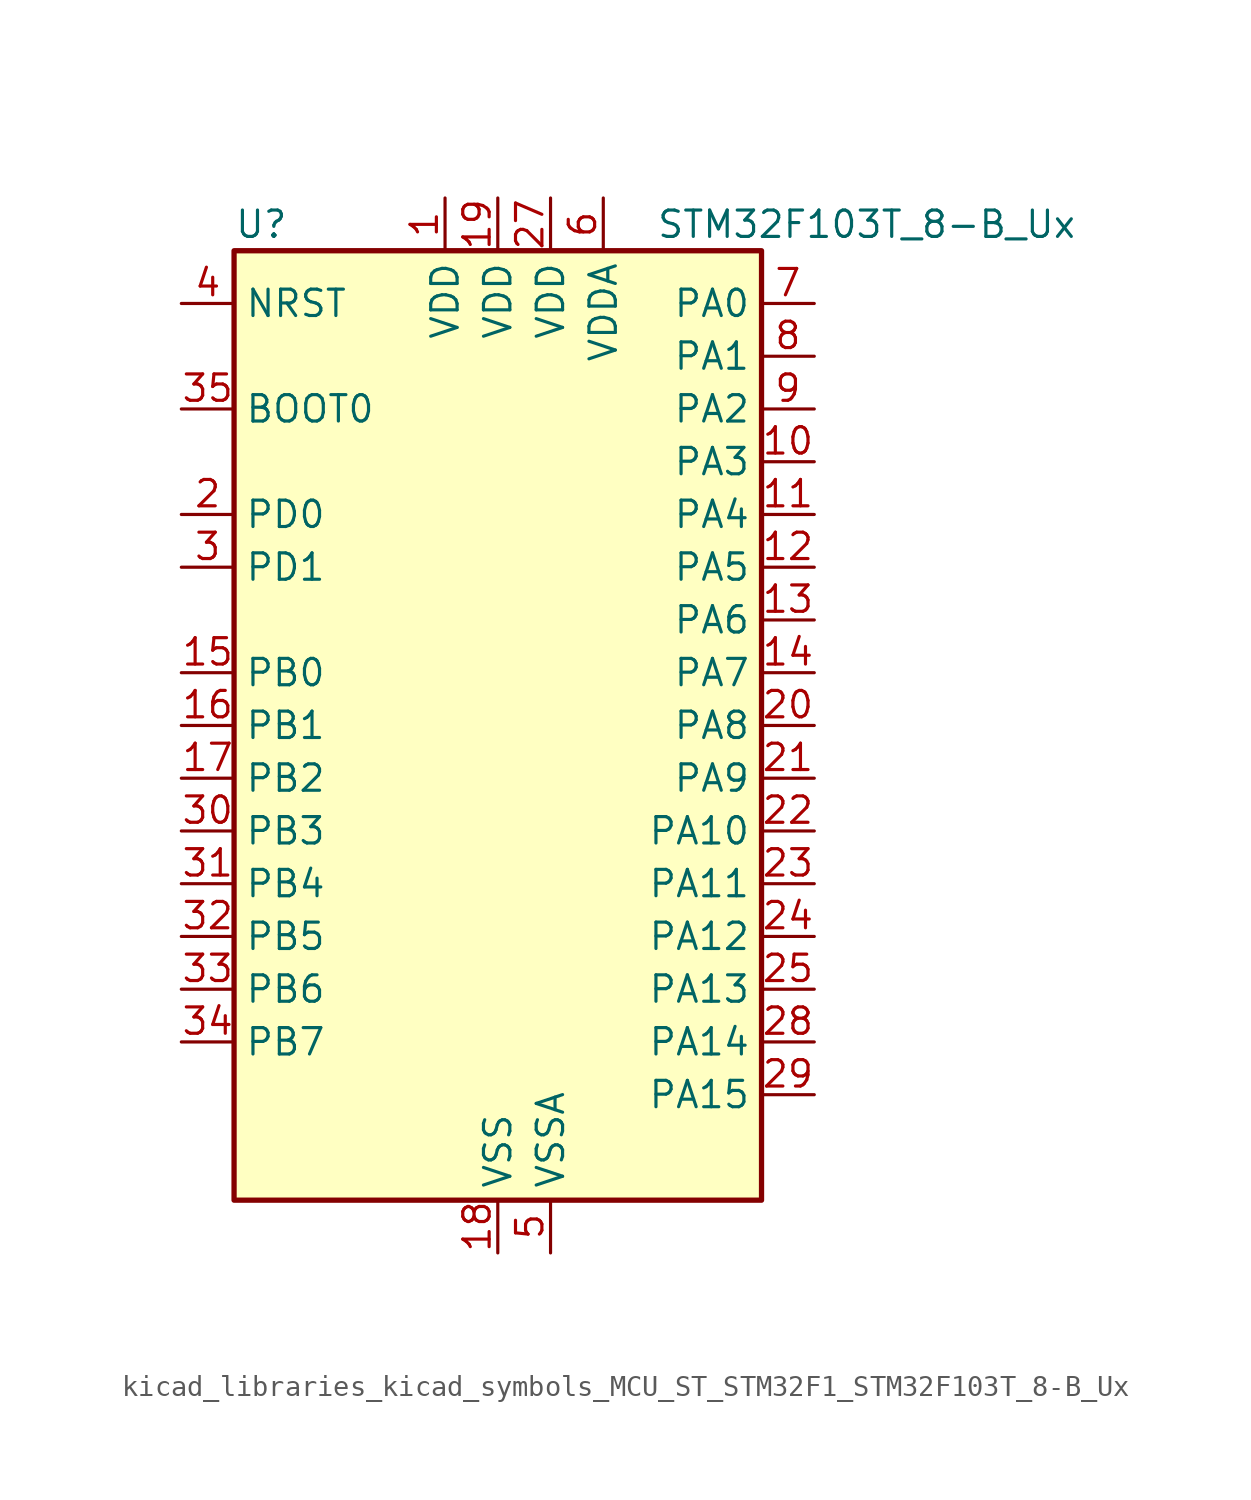
<source format=kicad_sym>
(kicad_symbol_lib
  (version 20220914)
  (generator kicad_symbol_editor)
  (symbol "kicad_libraries_kicad_symbols_MCU_ST_STM32F1_STM32F103T_8-B_Ux"
    (property "Reference" "U"
      (at -12.7 24.13 0)
      (effects (font (size 1.27 1.27)) (justify left)))
    (property "Value" "STM32F103T_8-B_Ux"
      (at 7.62 24.13 0)
      (effects (font (size 1.27 1.27)) (justify left)))
    (property "ki_locked" ""
      (at 0 0 0)
      (effects (font (size 1.27 1.27))))
    (symbol "kicad_libraries_kicad_symbols_MCU_ST_STM32F1_STM32F103T_8-B_Ux_0_1"
      (rectangle (start -12.7 -22.86) (end 12.7 22.86) (stroke (width 0.254) (type default)) (fill (type background))))
    (symbol "kicad_libraries_kicad_symbols_MCU_ST_STM32F1_STM32F103T_8-B_Ux_1_1"
      (pin power_in line (at -2.54 25.4 270) (length 2.54) (name "VDD" (effects (font (size 1.27 1.27)))) (number "1" (effects (font (size 1.27 1.27)))))
      (pin bidirectional line (at 15.24 12.7 180) (length 2.54) (name "PA3" (effects (font (size 1.27 1.27)))) (number "10" (effects (font (size 1.27 1.27)))) (alternate "ADC1_IN3" bidirectional line) (alternate "ADC2_IN3" bidirectional line) (alternate "TIM2_CH4" bidirectional line) (alternate "USART2_RX" bidirectional line))
      (pin bidirectional line (at 15.24 10.16 180) (length 2.54) (name "PA4" (effects (font (size 1.27 1.27)))) (number "11" (effects (font (size 1.27 1.27)))) (alternate "ADC1_IN4" bidirectional line) (alternate "ADC2_IN4" bidirectional line) (alternate "SPI1_NSS" bidirectional line) (alternate "USART2_CK" bidirectional line))
      (pin bidirectional line (at 15.24 7.62 180) (length 2.54) (name "PA5" (effects (font (size 1.27 1.27)))) (number "12" (effects (font (size 1.27 1.27)))) (alternate "ADC1_IN5" bidirectional line) (alternate "ADC2_IN5" bidirectional line) (alternate "SPI1_SCK" bidirectional line))
      (pin bidirectional line (at 15.24 5.08 180) (length 2.54) (name "PA6" (effects (font (size 1.27 1.27)))) (number "13" (effects (font (size 1.27 1.27)))) (alternate "ADC1_IN6" bidirectional line) (alternate "ADC2_IN6" bidirectional line) (alternate "SPI1_MISO" bidirectional line) (alternate "TIM1_BKIN" bidirectional line) (alternate "TIM3_CH1" bidirectional line))
      (pin bidirectional line (at 15.24 2.54 180) (length 2.54) (name "PA7" (effects (font (size 1.27 1.27)))) (number "14" (effects (font (size 1.27 1.27)))) (alternate "ADC1_IN7" bidirectional line) (alternate "ADC2_IN7" bidirectional line) (alternate "SPI1_MOSI" bidirectional line) (alternate "TIM1_CH1N" bidirectional line) (alternate "TIM3_CH2" bidirectional line))
      (pin bidirectional line (at -15.24 2.54 0) (length 2.54) (name "PB0" (effects (font (size 1.27 1.27)))) (number "15" (effects (font (size 1.27 1.27)))) (alternate "ADC1_IN8" bidirectional line) (alternate "ADC2_IN8" bidirectional line) (alternate "TIM1_CH2N" bidirectional line) (alternate "TIM3_CH3" bidirectional line))
      (pin bidirectional line (at -15.24 0 0) (length 2.54) (name "PB1" (effects (font (size 1.27 1.27)))) (number "16" (effects (font (size 1.27 1.27)))) (alternate "ADC1_IN9" bidirectional line) (alternate "ADC2_IN9" bidirectional line) (alternate "TIM1_CH3N" bidirectional line) (alternate "TIM3_CH4" bidirectional line))
      (pin bidirectional line (at -15.24 -2.54 0) (length 2.54) (name "PB2" (effects (font (size 1.27 1.27)))) (number "17" (effects (font (size 1.27 1.27)))))
      (pin power_in line (at 0 -25.4 90) (length 2.54) (name "VSS" (effects (font (size 1.27 1.27)))) (number "18" (effects (font (size 1.27 1.27)))))
      (pin power_in line (at 0 25.4 270) (length 2.54) (name "VDD" (effects (font (size 1.27 1.27)))) (number "19" (effects (font (size 1.27 1.27)))))
      (pin bidirectional line (at -15.24 10.16 0) (length 2.54) (name "PD0" (effects (font (size 1.27 1.27)))) (number "2" (effects (font (size 1.27 1.27)))) (alternate "RCC_OSC_IN" bidirectional line))
      (pin bidirectional line (at 15.24 0 180) (length 2.54) (name "PA8" (effects (font (size 1.27 1.27)))) (number "20" (effects (font (size 1.27 1.27)))) (alternate "RCC_MCO" bidirectional line) (alternate "TIM1_CH1" bidirectional line) (alternate "USART1_CK" bidirectional line))
      (pin bidirectional line (at 15.24 -2.54 180) (length 2.54) (name "PA9" (effects (font (size 1.27 1.27)))) (number "21" (effects (font (size 1.27 1.27)))) (alternate "TIM1_CH2" bidirectional line) (alternate "USART1_TX" bidirectional line))
      (pin bidirectional line (at 15.24 -5.08 180) (length 2.54) (name "PA10" (effects (font (size 1.27 1.27)))) (number "22" (effects (font (size 1.27 1.27)))) (alternate "TIM1_CH3" bidirectional line) (alternate "USART1_RX" bidirectional line))
      (pin bidirectional line (at 15.24 -7.62 180) (length 2.54) (name "PA11" (effects (font (size 1.27 1.27)))) (number "23" (effects (font (size 1.27 1.27)))) (alternate "ADC1_EXTI11" bidirectional line) (alternate "ADC2_EXTI11" bidirectional line) (alternate "CAN_RX" bidirectional line) (alternate "TIM1_CH4" bidirectional line) (alternate "USART1_CTS" bidirectional line) (alternate "USB_DM" bidirectional line))
      (pin bidirectional line (at 15.24 -10.16 180) (length 2.54) (name "PA12" (effects (font (size 1.27 1.27)))) (number "24" (effects (font (size 1.27 1.27)))) (alternate "CAN_TX" bidirectional line) (alternate "TIM1_ETR" bidirectional line) (alternate "USART1_RTS" bidirectional line) (alternate "USB_DP" bidirectional line))
      (pin bidirectional line (at 15.24 -12.7 180) (length 2.54) (name "PA13" (effects (font (size 1.27 1.27)))) (number "25" (effects (font (size 1.27 1.27)))) (alternate "SYS_JTMS-SWDIO" bidirectional line))
      (pin passive line (at 0 -25.4 90) (length 2.54) hide (name "VSS" (effects (font (size 1.27 1.27)))) (number "26" (effects (font (size 1.27 1.27)))))
      (pin power_in line (at 2.54 25.4 270) (length 2.54) (name "VDD" (effects (font (size 1.27 1.27)))) (number "27" (effects (font (size 1.27 1.27)))))
      (pin bidirectional line (at 15.24 -15.24 180) (length 2.54) (name "PA14" (effects (font (size 1.27 1.27)))) (number "28" (effects (font (size 1.27 1.27)))) (alternate "SYS_JTCK-SWCLK" bidirectional line))
      (pin bidirectional line (at 15.24 -17.78 180) (length 2.54) (name "PA15" (effects (font (size 1.27 1.27)))) (number "29" (effects (font (size 1.27 1.27)))) (alternate "ADC1_EXTI15" bidirectional line) (alternate "ADC2_EXTI15" bidirectional line) (alternate "SPI1_NSS" bidirectional line) (alternate "SYS_JTDI" bidirectional line) (alternate "TIM2_CH1" bidirectional line) (alternate "TIM2_ETR" bidirectional line))
      (pin bidirectional line (at -15.24 7.62 0) (length 2.54) (name "PD1" (effects (font (size 1.27 1.27)))) (number "3" (effects (font (size 1.27 1.27)))) (alternate "RCC_OSC_OUT" bidirectional line))
      (pin bidirectional line (at -15.24 -5.08 0) (length 2.54) (name "PB3" (effects (font (size 1.27 1.27)))) (number "30" (effects (font (size 1.27 1.27)))) (alternate "SPI1_SCK" bidirectional line) (alternate "SYS_JTDO-TRACESWO" bidirectional line) (alternate "TIM2_CH2" bidirectional line))
      (pin bidirectional line (at -15.24 -7.62 0) (length 2.54) (name "PB4" (effects (font (size 1.27 1.27)))) (number "31" (effects (font (size 1.27 1.27)))) (alternate "SPI1_MISO" bidirectional line) (alternate "SYS_NJTRST" bidirectional line) (alternate "TIM3_CH1" bidirectional line))
      (pin bidirectional line (at -15.24 -10.16 0) (length 2.54) (name "PB5" (effects (font (size 1.27 1.27)))) (number "32" (effects (font (size 1.27 1.27)))) (alternate "I2C1_SMBA" bidirectional line) (alternate "SPI1_MOSI" bidirectional line) (alternate "TIM3_CH2" bidirectional line))
      (pin bidirectional line (at -15.24 -12.7 0) (length 2.54) (name "PB6" (effects (font (size 1.27 1.27)))) (number "33" (effects (font (size 1.27 1.27)))) (alternate "I2C1_SCL" bidirectional line) (alternate "TIM4_CH1" bidirectional line) (alternate "USART1_TX" bidirectional line))
      (pin bidirectional line (at -15.24 -15.24 0) (length 2.54) (name "PB7" (effects (font (size 1.27 1.27)))) (number "34" (effects (font (size 1.27 1.27)))) (alternate "I2C1_SDA" bidirectional line) (alternate "TIM4_CH2" bidirectional line) (alternate "USART1_RX" bidirectional line))
      (pin input line (at -15.24 15.24 0) (length 2.54) (name "BOOT0" (effects (font (size 1.27 1.27)))) (number "35" (effects (font (size 1.27 1.27)))))
      (pin passive line (at 0 -25.4 90) (length 2.54) hide (name "VSS" (effects (font (size 1.27 1.27)))) (number "36" (effects (font (size 1.27 1.27)))))
      (pin passive line (at 0 -25.4 90) (length 2.54) hide (name "VSS" (effects (font (size 1.27 1.27)))) (number "37" (effects (font (size 1.27 1.27)))))
      (pin input line (at -15.24 20.32 0) (length 2.54) (name "NRST" (effects (font (size 1.27 1.27)))) (number "4" (effects (font (size 1.27 1.27)))))
      (pin power_in line (at 2.54 -25.4 90) (length 2.54) (name "VSSA" (effects (font (size 1.27 1.27)))) (number "5" (effects (font (size 1.27 1.27)))))
      (pin power_in line (at 5.08 25.4 270) (length 2.54) (name "VDDA" (effects (font (size 1.27 1.27)))) (number "6" (effects (font (size 1.27 1.27)))))
      (pin bidirectional line (at 15.24 20.32 180) (length 2.54) (name "PA0" (effects (font (size 1.27 1.27)))) (number "7" (effects (font (size 1.27 1.27)))) (alternate "ADC1_IN0" bidirectional line) (alternate "ADC2_IN0" bidirectional line) (alternate "SYS_WKUP" bidirectional line) (alternate "TIM2_CH1" bidirectional line) (alternate "TIM2_ETR" bidirectional line) (alternate "USART2_CTS" bidirectional line))
      (pin bidirectional line (at 15.24 17.78 180) (length 2.54) (name "PA1" (effects (font (size 1.27 1.27)))) (number "8" (effects (font (size 1.27 1.27)))) (alternate "ADC1_IN1" bidirectional line) (alternate "ADC2_IN1" bidirectional line) (alternate "TIM2_CH2" bidirectional line) (alternate "USART2_RTS" bidirectional line))
      (pin bidirectional line (at 15.24 15.24 180) (length 2.54) (name "PA2" (effects (font (size 1.27 1.27)))) (number "9" (effects (font (size 1.27 1.27)))) (alternate "ADC1_IN2" bidirectional line) (alternate "ADC2_IN2" bidirectional line) (alternate "TIM2_CH3" bidirectional line) (alternate "USART2_TX" bidirectional line)))))
</source>
